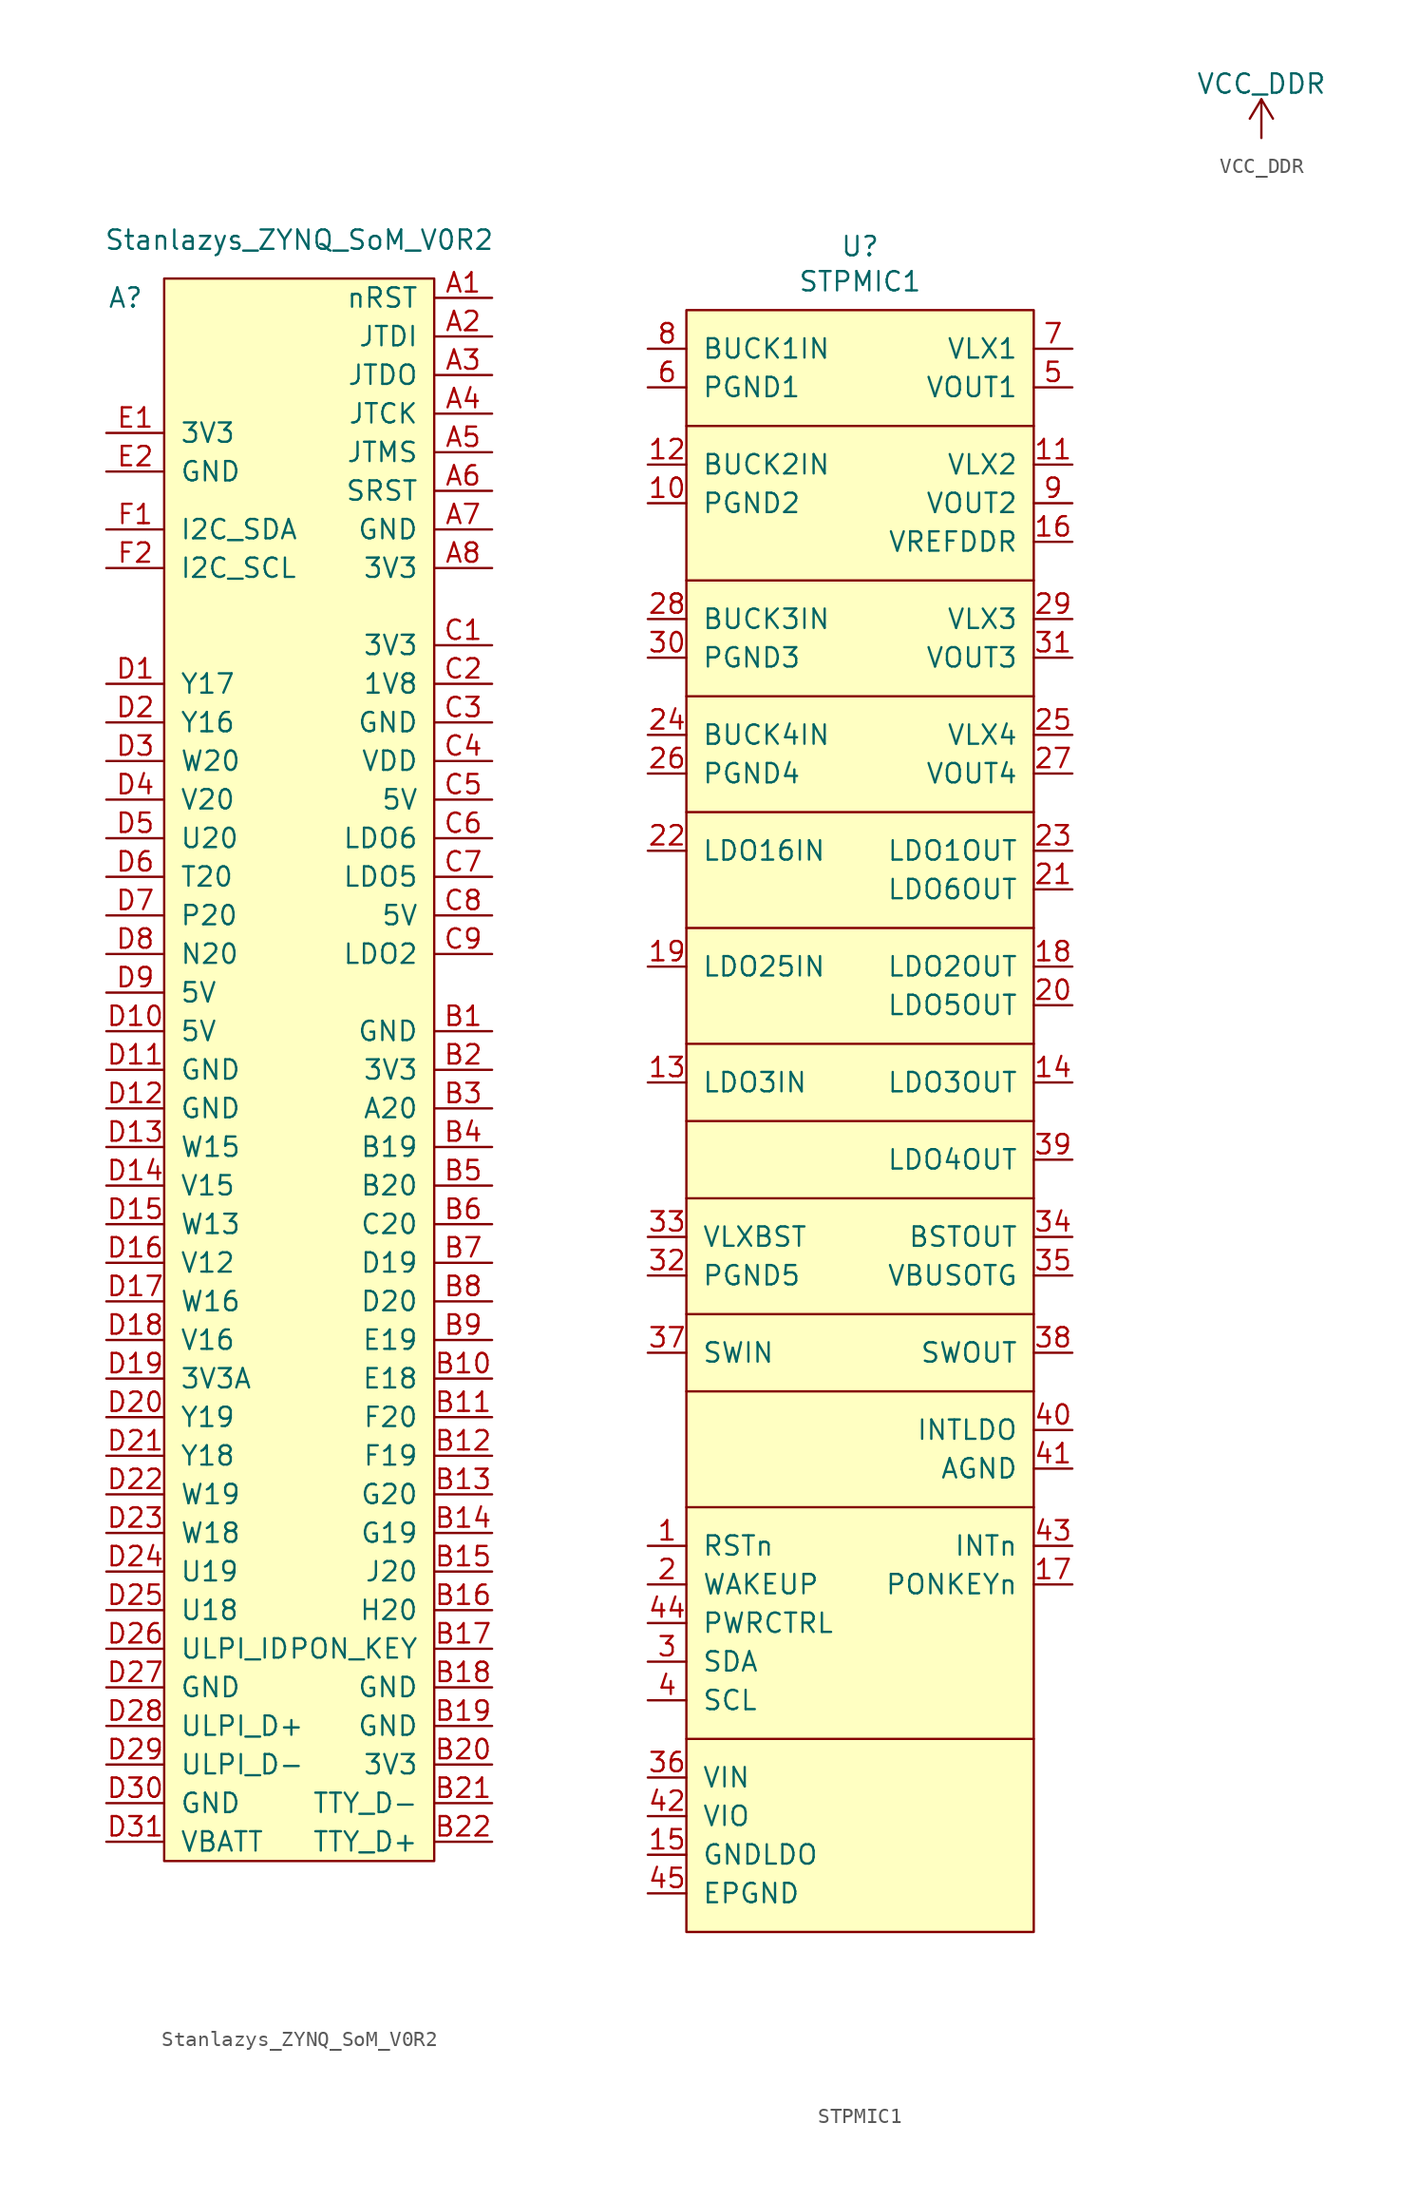
<source format=kicad_sym>
(kicad_symbol_lib
  (version 20211014)
  (generator kicad_symbol_editor)
  (symbol "Stanlazys_ZYNQ_SoM_V0R2"
    (pin_names
      (offset 1.016))
    (property "Reference" "A"
      (at -11.43 50.8 0)
      (effects (font (size 1.27 1.27))))
    (property "Value" "Stanlazys_ZYNQ_SoM_V0R2"
      (at 0 54.61 0)
      (effects (font (size 1.27 1.27))))
    (symbol "Stanlazys_ZYNQ_SoM_V0R2_0_1"
      (rectangle (start 8.89 52.07) (end -8.89 -52.07) (stroke (width 0) (type default) (color 0 0 0 0)) (fill (type background))))
    (symbol "Stanlazys_ZYNQ_SoM_V0R2_1_1"
      (pin bidirectional line (at 12.7 50.8 180) (length 3.81) (name "nRST" (effects (font (size 1.27 1.27)))) (number "A1" (effects (font (size 1.27 1.27)))))
      (pin input line (at 12.7 48.26 180) (length 3.81) (name "JTDI" (effects (font (size 1.27 1.27)))) (number "A2" (effects (font (size 1.27 1.27)))))
      (pin output line (at 12.7 45.72 180) (length 3.81) (name "JTDO" (effects (font (size 1.27 1.27)))) (number "A3" (effects (font (size 1.27 1.27)))))
      (pin bidirectional line (at 12.7 43.18 180) (length 3.81) (name "JTCK" (effects (font (size 1.27 1.27)))) (number "A4" (effects (font (size 1.27 1.27)))))
      (pin bidirectional line (at 12.7 40.64 180) (length 3.81) (name "JTMS" (effects (font (size 1.27 1.27)))) (number "A5" (effects (font (size 1.27 1.27)))))
      (pin input line (at 12.7 38.1 180) (length 3.81) (name "SRST" (effects (font (size 1.27 1.27)))) (number "A6" (effects (font (size 1.27 1.27)))))
      (pin power_in line (at 12.7 35.56 180) (length 3.81) (name "GND" (effects (font (size 1.27 1.27)))) (number "A7" (effects (font (size 1.27 1.27)))))
      (pin power_out line (at 12.7 33.02 180) (length 3.81) (name "3V3" (effects (font (size 1.27 1.27)))) (number "A8" (effects (font (size 1.27 1.27)))))
      (pin power_in line (at 12.7 2.54 180) (length 3.81) (name "GND" (effects (font (size 1.27 1.27)))) (number "B1" (effects (font (size 1.27 1.27)))))
      (pin bidirectional line (at 12.7 -20.32 180) (length 3.81) (name "E18" (effects (font (size 1.27 1.27)))) (number "B10" (effects (font (size 1.27 1.27)))))
      (pin bidirectional line (at 12.7 -22.86 180) (length 3.81) (name "F20" (effects (font (size 1.27 1.27)))) (number "B11" (effects (font (size 1.27 1.27)))))
      (pin bidirectional line (at 12.7 -25.4 180) (length 3.81) (name "F19" (effects (font (size 1.27 1.27)))) (number "B12" (effects (font (size 1.27 1.27)))))
      (pin bidirectional line (at 12.7 -27.94 180) (length 3.81) (name "G20" (effects (font (size 1.27 1.27)))) (number "B13" (effects (font (size 1.27 1.27)))))
      (pin bidirectional line (at 12.7 -30.48 180) (length 3.81) (name "G19" (effects (font (size 1.27 1.27)))) (number "B14" (effects (font (size 1.27 1.27)))))
      (pin bidirectional line (at 12.7 -33.02 180) (length 3.81) (name "J20" (effects (font (size 1.27 1.27)))) (number "B15" (effects (font (size 1.27 1.27)))))
      (pin bidirectional line (at 12.7 -35.56 180) (length 3.81) (name "H20" (effects (font (size 1.27 1.27)))) (number "B16" (effects (font (size 1.27 1.27)))))
      (pin input line (at 12.7 -38.1 180) (length 3.81) (name "PON_KEY" (effects (font (size 1.27 1.27)))) (number "B17" (effects (font (size 1.27 1.27)))))
      (pin power_in line (at 12.7 -40.64 180) (length 3.81) (name "GND" (effects (font (size 1.27 1.27)))) (number "B18" (effects (font (size 1.27 1.27)))))
      (pin power_in line (at 12.7 -43.18 180) (length 3.81) (name "GND" (effects (font (size 1.27 1.27)))) (number "B19" (effects (font (size 1.27 1.27)))))
      (pin power_out line (at 12.7 0 180) (length 3.81) (name "3V3" (effects (font (size 1.27 1.27)))) (number "B2" (effects (font (size 1.27 1.27)))))
      (pin power_out line (at 12.7 -45.72 180) (length 3.81) (name "3V3" (effects (font (size 1.27 1.27)))) (number "B20" (effects (font (size 1.27 1.27)))))
      (pin bidirectional line (at 12.7 -48.26 180) (length 3.81) (name "TTY_D-" (effects (font (size 1.27 1.27)))) (number "B21" (effects (font (size 1.27 1.27)))))
      (pin bidirectional line (at 12.7 -50.8 180) (length 3.81) (name "TTY_D+" (effects (font (size 1.27 1.27)))) (number "B22" (effects (font (size 1.27 1.27)))))
      (pin bidirectional line (at 12.7 -2.54 180) (length 3.81) (name "A20" (effects (font (size 1.27 1.27)))) (number "B3" (effects (font (size 1.27 1.27)))))
      (pin bidirectional line (at 12.7 -5.08 180) (length 3.81) (name "B19" (effects (font (size 1.27 1.27)))) (number "B4" (effects (font (size 1.27 1.27)))))
      (pin bidirectional line (at 12.7 -7.62 180) (length 3.81) (name "B20" (effects (font (size 1.27 1.27)))) (number "B5" (effects (font (size 1.27 1.27)))))
      (pin bidirectional line (at 12.7 -10.16 180) (length 3.81) (name "C20" (effects (font (size 1.27 1.27)))) (number "B6" (effects (font (size 1.27 1.27)))))
      (pin bidirectional line (at 12.7 -12.7 180) (length 3.81) (name "D19" (effects (font (size 1.27 1.27)))) (number "B7" (effects (font (size 1.27 1.27)))))
      (pin bidirectional line (at 12.7 -15.24 180) (length 3.81) (name "D20" (effects (font (size 1.27 1.27)))) (number "B8" (effects (font (size 1.27 1.27)))))
      (pin bidirectional line (at 12.7 -17.78 180) (length 3.81) (name "E19" (effects (font (size 1.27 1.27)))) (number "B9" (effects (font (size 1.27 1.27)))))
      (pin power_out line (at 12.7 27.94 180) (length 3.81) (name "3V3" (effects (font (size 1.27 1.27)))) (number "C1" (effects (font (size 1.27 1.27)))))
      (pin power_out line (at 12.7 25.4 180) (length 3.81) (name "1V8" (effects (font (size 1.27 1.27)))) (number "C2" (effects (font (size 1.27 1.27)))))
      (pin power_in line (at 12.7 22.86 180) (length 3.81) (name "GND" (effects (font (size 1.27 1.27)))) (number "C3" (effects (font (size 1.27 1.27)))))
      (pin power_out line (at 12.7 20.32 180) (length 3.81) (name "VDD" (effects (font (size 1.27 1.27)))) (number "C4" (effects (font (size 1.27 1.27)))))
      (pin power_in line (at 12.7 17.78 180) (length 3.81) (name "5V" (effects (font (size 1.27 1.27)))) (number "C5" (effects (font (size 1.27 1.27)))))
      (pin power_out line (at 12.7 15.24 180) (length 3.81) (name "LDO6" (effects (font (size 1.27 1.27)))) (number "C6" (effects (font (size 1.27 1.27)))))
      (pin power_out line (at 12.7 12.7 180) (length 3.81) (name "LDO5" (effects (font (size 1.27 1.27)))) (number "C7" (effects (font (size 1.27 1.27)))))
      (pin power_in line (at 12.7 10.16 180) (length 3.81) (name "5V" (effects (font (size 1.27 1.27)))) (number "C8" (effects (font (size 1.27 1.27)))))
      (pin power_out line (at 12.7 7.62 180) (length 3.81) (name "LDO2" (effects (font (size 1.27 1.27)))) (number "C9" (effects (font (size 1.27 1.27)))))
      (pin bidirectional line (at -12.7 25.4 0) (length 3.81) (name "Y17" (effects (font (size 1.27 1.27)))) (number "D1" (effects (font (size 1.27 1.27)))))
      (pin power_in line (at -12.7 2.54 0) (length 3.81) (name "5V" (effects (font (size 1.27 1.27)))) (number "D10" (effects (font (size 1.27 1.27)))))
      (pin power_in line (at -12.7 0 0) (length 3.81) (name "GND" (effects (font (size 1.27 1.27)))) (number "D11" (effects (font (size 1.27 1.27)))))
      (pin power_in line (at -12.7 -2.54 0) (length 3.81) (name "GND" (effects (font (size 1.27 1.27)))) (number "D12" (effects (font (size 1.27 1.27)))))
      (pin bidirectional line (at -12.7 -5.08 0) (length 3.81) (name "W15" (effects (font (size 1.27 1.27)))) (number "D13" (effects (font (size 1.27 1.27)))))
      (pin bidirectional line (at -12.7 -7.62 0) (length 3.81) (name "V15" (effects (font (size 1.27 1.27)))) (number "D14" (effects (font (size 1.27 1.27)))))
      (pin bidirectional line (at -12.7 -10.16 0) (length 3.81) (name "W13" (effects (font (size 1.27 1.27)))) (number "D15" (effects (font (size 1.27 1.27)))))
      (pin bidirectional line (at -12.7 -12.7 0) (length 3.81) (name "V12" (effects (font (size 1.27 1.27)))) (number "D16" (effects (font (size 1.27 1.27)))))
      (pin bidirectional line (at -12.7 -15.24 0) (length 3.81) (name "W16" (effects (font (size 1.27 1.27)))) (number "D17" (effects (font (size 1.27 1.27)))))
      (pin bidirectional line (at -12.7 -17.78 0) (length 3.81) (name "V16" (effects (font (size 1.27 1.27)))) (number "D18" (effects (font (size 1.27 1.27)))))
      (pin power_out line (at -12.7 -20.32 0) (length 3.81) (name "3V3A" (effects (font (size 1.27 1.27)))) (number "D19" (effects (font (size 1.27 1.27)))))
      (pin bidirectional line (at -12.7 22.86 0) (length 3.81) (name "Y16" (effects (font (size 1.27 1.27)))) (number "D2" (effects (font (size 1.27 1.27)))))
      (pin bidirectional line (at -12.7 -22.86 0) (length 3.81) (name "Y19" (effects (font (size 1.27 1.27)))) (number "D20" (effects (font (size 1.27 1.27)))))
      (pin bidirectional line (at -12.7 -25.4 0) (length 3.81) (name "Y18" (effects (font (size 1.27 1.27)))) (number "D21" (effects (font (size 1.27 1.27)))))
      (pin bidirectional line (at -12.7 -27.94 0) (length 3.81) (name "W19" (effects (font (size 1.27 1.27)))) (number "D22" (effects (font (size 1.27 1.27)))))
      (pin bidirectional line (at -12.7 -30.48 0) (length 3.81) (name "W18" (effects (font (size 1.27 1.27)))) (number "D23" (effects (font (size 1.27 1.27)))))
      (pin bidirectional line (at -12.7 -33.02 0) (length 3.81) (name "U19" (effects (font (size 1.27 1.27)))) (number "D24" (effects (font (size 1.27 1.27)))))
      (pin bidirectional line (at -12.7 -35.56 0) (length 3.81) (name "U18" (effects (font (size 1.27 1.27)))) (number "D25" (effects (font (size 1.27 1.27)))))
      (pin input line (at -12.7 -38.1 0) (length 3.81) (name "ULPI_ID" (effects (font (size 1.27 1.27)))) (number "D26" (effects (font (size 1.27 1.27)))))
      (pin power_in line (at -12.7 -40.64 0) (length 3.81) (name "GND" (effects (font (size 1.27 1.27)))) (number "D27" (effects (font (size 1.27 1.27)))))
      (pin bidirectional line (at -12.7 -43.18 0) (length 3.81) (name "ULPI_D+" (effects (font (size 1.27 1.27)))) (number "D28" (effects (font (size 1.27 1.27)))))
      (pin bidirectional line (at -12.7 -45.72 0) (length 3.81) (name "ULPI_D-" (effects (font (size 1.27 1.27)))) (number "D29" (effects (font (size 1.27 1.27)))))
      (pin bidirectional line (at -12.7 20.32 0) (length 3.81) (name "W20" (effects (font (size 1.27 1.27)))) (number "D3" (effects (font (size 1.27 1.27)))))
      (pin power_in line (at -12.7 -48.26 0) (length 3.81) (name "GND" (effects (font (size 1.27 1.27)))) (number "D30" (effects (font (size 1.27 1.27)))))
      (pin power_out line (at -12.7 -50.8 0) (length 3.81) (name "VBATT" (effects (font (size 1.27 1.27)))) (number "D31" (effects (font (size 1.27 1.27)))))
      (pin bidirectional line (at -12.7 17.78 0) (length 3.81) (name "V20" (effects (font (size 1.27 1.27)))) (number "D4" (effects (font (size 1.27 1.27)))))
      (pin bidirectional line (at -12.7 15.24 0) (length 3.81) (name "U20" (effects (font (size 1.27 1.27)))) (number "D5" (effects (font (size 1.27 1.27)))))
      (pin bidirectional line (at -12.7 12.7 0) (length 3.81) (name "T20" (effects (font (size 1.27 1.27)))) (number "D6" (effects (font (size 1.27 1.27)))))
      (pin bidirectional line (at -12.7 10.16 0) (length 3.81) (name "P20" (effects (font (size 1.27 1.27)))) (number "D7" (effects (font (size 1.27 1.27)))))
      (pin bidirectional line (at -12.7 7.62 0) (length 3.81) (name "N20" (effects (font (size 1.27 1.27)))) (number "D8" (effects (font (size 1.27 1.27)))))
      (pin power_in line (at -12.7 5.08 0) (length 3.81) (name "5V" (effects (font (size 1.27 1.27)))) (number "D9" (effects (font (size 1.27 1.27)))))
      (pin power_out line (at -12.7 41.91 0) (length 3.81) (name "3V3" (effects (font (size 1.27 1.27)))) (number "E1" (effects (font (size 1.27 1.27)))))
      (pin power_in line (at -12.7 39.37 0) (length 3.81) (name "GND" (effects (font (size 1.27 1.27)))) (number "E2" (effects (font (size 1.27 1.27)))))
      (pin bidirectional line (at -12.7 35.56 0) (length 3.81) (name "I2C_SDA" (effects (font (size 1.27 1.27)))) (number "F1" (effects (font (size 1.27 1.27)))))
      (pin bidirectional line (at -12.7 33.02 0) (length 3.81) (name "I2C_SCL" (effects (font (size 1.27 1.27)))) (number "F2" (effects (font (size 1.27 1.27)))))))
  (symbol "STPMIC1"
    (pin_names
      (offset 1.016))
    (property "Reference" "U"
      (at 0 57.531 0)
      (effects (font (size 1.27 1.27))))
    (property "Value" "STPMIC1"
      (at 0 55.22 0)
      (effects (font (size 1.27 1.27))))
    (symbol "STPMIC1_0_1"
      (rectangle (start -11.43 53.34) (end 11.43 -53.34) (stroke (width 0) (type default) (color 0 0 0 0)) (fill (type background)))
      (polyline (pts (xy -11.43 -40.64) (xy 11.43 -40.64)) (stroke (width 0) (type default) (color 0 0 0 0)) (fill (type none)))
      (polyline (pts (xy -11.43 45.72) (xy 11.43 45.72)) (stroke (width 0) (type default) (color 0 0 0 0)) (fill (type none)))
      (polyline (pts (xy 11.43 -25.4) (xy -11.43 -25.4)) (stroke (width 0) (type default) (color 0 0 0 0)) (fill (type none)))
      (polyline (pts (xy 11.43 -17.78) (xy -11.43 -17.78)) (stroke (width 0) (type default) (color 0 0 0 0)) (fill (type none)))
      (polyline (pts (xy 11.43 -12.7) (xy -11.43 -12.7)) (stroke (width 0) (type default) (color 0 0 0 0)) (fill (type none)))
      (polyline (pts (xy 11.43 -5.08) (xy -11.43 -5.08)) (stroke (width 0) (type default) (color 0 0 0 0)) (fill (type none)))
      (polyline (pts (xy 11.43 0) (xy -11.43 0)) (stroke (width 0) (type default) (color 0 0 0 0)) (fill (type none)))
      (polyline (pts (xy 11.43 5.08) (xy -11.43 5.08)) (stroke (width 0) (type default) (color 0 0 0 0)) (fill (type none)))
      (polyline (pts (xy 11.43 12.7) (xy -11.43 12.7)) (stroke (width 0) (type default) (color 0 0 0 0)) (fill (type none)))
      (polyline (pts (xy 11.43 20.32) (xy -11.43 20.32)) (stroke (width 0) (type default) (color 0 0 0 0)) (fill (type none)))
      (polyline (pts (xy 11.43 27.94) (xy -11.43 27.94)) (stroke (width 0) (type default) (color 0 0 0 0)) (fill (type none)))
      (polyline (pts (xy 11.43 35.56) (xy -11.43 35.56)) (stroke (width 0) (type default) (color 0 0 0 0)) (fill (type none))))
    (symbol "STPMIC1_1_1"
      (pin bidirectional line (at -13.97 -27.94 0) (length 2.54) (name "RSTn" (effects (font (size 1.27 1.27)))) (number "1" (effects (font (size 1.27 1.27)))))
      (pin power_in line (at -13.97 40.64 0) (length 2.54) (name "PGND2" (effects (font (size 1.27 1.27)))) (number "10" (effects (font (size 1.27 1.27)))))
      (pin power_out line (at 13.97 43.18 180) (length 2.54) (name "VLX2" (effects (font (size 1.27 1.27)))) (number "11" (effects (font (size 1.27 1.27)))))
      (pin power_in line (at -13.97 43.18 0) (length 2.54) (name "BUCK2IN" (effects (font (size 1.27 1.27)))) (number "12" (effects (font (size 1.27 1.27)))))
      (pin power_in line (at -13.97 2.54 0) (length 2.54) (name "LDO3IN" (effects (font (size 1.27 1.27)))) (number "13" (effects (font (size 1.27 1.27)))))
      (pin power_out line (at 13.97 2.54 180) (length 2.54) (name "LDO3OUT" (effects (font (size 1.27 1.27)))) (number "14" (effects (font (size 1.27 1.27)))))
      (pin power_in line (at -13.97 -48.26 0) (length 2.54) (name "GNDLDO" (effects (font (size 1.27 1.27)))) (number "15" (effects (font (size 1.27 1.27)))))
      (pin power_out line (at 13.97 38.1 180) (length 2.54) (name "VREFDDR" (effects (font (size 1.27 1.27)))) (number "16" (effects (font (size 1.27 1.27)))))
      (pin input line (at 13.97 -30.48 180) (length 2.54) (name "PONKEYn" (effects (font (size 1.27 1.27)))) (number "17" (effects (font (size 1.27 1.27)))))
      (pin power_out line (at 13.97 10.16 180) (length 2.54) (name "LDO2OUT" (effects (font (size 1.27 1.27)))) (number "18" (effects (font (size 1.27 1.27)))))
      (pin power_in line (at -13.97 10.16 0) (length 2.54) (name "LDO25IN" (effects (font (size 1.27 1.27)))) (number "19" (effects (font (size 1.27 1.27)))))
      (pin input line (at -13.97 -30.48 0) (length 2.54) (name "WAKEUP" (effects (font (size 1.27 1.27)))) (number "2" (effects (font (size 1.27 1.27)))))
      (pin power_out line (at 13.97 7.62 180) (length 2.54) (name "LDO5OUT" (effects (font (size 1.27 1.27)))) (number "20" (effects (font (size 1.27 1.27)))))
      (pin power_out line (at 13.97 15.24 180) (length 2.54) (name "LDO6OUT" (effects (font (size 1.27 1.27)))) (number "21" (effects (font (size 1.27 1.27)))))
      (pin power_in line (at -13.97 17.78 0) (length 2.54) (name "LDO16IN" (effects (font (size 1.27 1.27)))) (number "22" (effects (font (size 1.27 1.27)))))
      (pin power_out line (at 13.97 17.78 180) (length 2.54) (name "LDO1OUT" (effects (font (size 1.27 1.27)))) (number "23" (effects (font (size 1.27 1.27)))))
      (pin power_in line (at -13.97 25.4 0) (length 2.54) (name "BUCK4IN" (effects (font (size 1.27 1.27)))) (number "24" (effects (font (size 1.27 1.27)))))
      (pin power_out line (at 13.97 25.4 180) (length 2.54) (name "VLX4" (effects (font (size 1.27 1.27)))) (number "25" (effects (font (size 1.27 1.27)))))
      (pin power_in line (at -13.97 22.86 0) (length 2.54) (name "PGND4" (effects (font (size 1.27 1.27)))) (number "26" (effects (font (size 1.27 1.27)))))
      (pin input line (at 13.97 22.86 180) (length 2.54) (name "VOUT4" (effects (font (size 1.27 1.27)))) (number "27" (effects (font (size 1.27 1.27)))))
      (pin power_in line (at -13.97 33.02 0) (length 2.54) (name "BUCK3IN" (effects (font (size 1.27 1.27)))) (number "28" (effects (font (size 1.27 1.27)))))
      (pin power_out line (at 13.97 33.02 180) (length 2.54) (name "VLX3" (effects (font (size 1.27 1.27)))) (number "29" (effects (font (size 1.27 1.27)))))
      (pin bidirectional line (at -13.97 -35.56 0) (length 2.54) (name "SDA" (effects (font (size 1.27 1.27)))) (number "3" (effects (font (size 1.27 1.27)))))
      (pin power_in line (at -13.97 30.48 0) (length 2.54) (name "PGND3" (effects (font (size 1.27 1.27)))) (number "30" (effects (font (size 1.27 1.27)))))
      (pin input line (at 13.97 30.48 180) (length 2.54) (name "VOUT3" (effects (font (size 1.27 1.27)))) (number "31" (effects (font (size 1.27 1.27)))))
      (pin power_in line (at -13.97 -10.16 0) (length 2.54) (name "PGND5" (effects (font (size 1.27 1.27)))) (number "32" (effects (font (size 1.27 1.27)))))
      (pin power_in line (at -13.97 -7.62 0) (length 2.54) (name "VLXBST" (effects (font (size 1.27 1.27)))) (number "33" (effects (font (size 1.27 1.27)))))
      (pin power_out line (at 13.97 -7.62 180) (length 2.54) (name "BSTOUT" (effects (font (size 1.27 1.27)))) (number "34" (effects (font (size 1.27 1.27)))))
      (pin power_out line (at 13.97 -10.16 180) (length 2.54) (name "VBUSOTG" (effects (font (size 1.27 1.27)))) (number "35" (effects (font (size 1.27 1.27)))))
      (pin power_in line (at -13.97 -43.18 0) (length 2.54) (name "VIN" (effects (font (size 1.27 1.27)))) (number "36" (effects (font (size 1.27 1.27)))))
      (pin power_in line (at -13.97 -15.24 0) (length 2.54) (name "SWIN" (effects (font (size 1.27 1.27)))) (number "37" (effects (font (size 1.27 1.27)))))
      (pin power_out line (at 13.97 -15.24 180) (length 2.54) (name "SWOUT" (effects (font (size 1.27 1.27)))) (number "38" (effects (font (size 1.27 1.27)))))
      (pin power_out line (at 13.97 -2.54 180) (length 2.54) (name "LDO4OUT" (effects (font (size 1.27 1.27)))) (number "39" (effects (font (size 1.27 1.27)))))
      (pin input line (at -13.97 -38.1 0) (length 2.54) (name "SCL" (effects (font (size 1.27 1.27)))) (number "4" (effects (font (size 1.27 1.27)))))
      (pin power_out line (at 13.97 -20.32 180) (length 2.54) (name "INTLDO" (effects (font (size 1.27 1.27)))) (number "40" (effects (font (size 1.27 1.27)))))
      (pin power_in line (at 13.97 -22.86 180) (length 2.54) (name "AGND" (effects (font (size 1.27 1.27)))) (number "41" (effects (font (size 1.27 1.27)))))
      (pin input line (at -13.97 -45.72 0) (length 2.54) (name "VIO" (effects (font (size 1.27 1.27)))) (number "42" (effects (font (size 1.27 1.27)))))
      (pin output line (at 13.97 -27.94 180) (length 2.54) (name "INTn" (effects (font (size 1.27 1.27)))) (number "43" (effects (font (size 1.27 1.27)))))
      (pin input line (at -13.97 -33.02 0) (length 2.54) (name "PWRCTRL" (effects (font (size 1.27 1.27)))) (number "44" (effects (font (size 1.27 1.27)))))
      (pin power_in line (at -13.97 -50.8 0) (length 2.54) (name "EPGND" (effects (font (size 1.27 1.27)))) (number "45" (effects (font (size 1.27 1.27)))))
      (pin input line (at 13.97 48.26 180) (length 2.54) (name "VOUT1" (effects (font (size 1.27 1.27)))) (number "5" (effects (font (size 1.27 1.27)))))
      (pin power_in line (at -13.97 48.26 0) (length 2.54) (name "PGND1" (effects (font (size 1.27 1.27)))) (number "6" (effects (font (size 1.27 1.27)))))
      (pin power_out line (at 13.97 50.8 180) (length 2.54) (name "VLX1" (effects (font (size 1.27 1.27)))) (number "7" (effects (font (size 1.27 1.27)))))
      (pin power_in line (at -13.97 50.8 0) (length 2.54) (name "BUCK1IN" (effects (font (size 1.27 1.27)))) (number "8" (effects (font (size 1.27 1.27)))))
      (pin input line (at 13.97 40.64 180) (length 2.54) (name "VOUT2" (effects (font (size 1.27 1.27)))) (number "9" (effects (font (size 1.27 1.27)))))))
  (symbol "VCC_DDR"
    (power)
    (pin_names
      (offset 0))
    (property "Reference" "#PWR"
      (at 0 -3.81 0)
      (effects (font (size 1.27 1.27)) hide))
    (property "Value" "VCC_DDR"
      (at 0 3.556 0)
      (effects (font (size 1.27 1.27))))
    (symbol "VCC_DDR_0_1"
      (polyline (pts (xy -0.762 1.27) (xy 0 2.54)) (stroke (width 0) (type default) (color 0 0 0 0)) (fill (type none)))
      (polyline (pts (xy 0 0) (xy 0 2.54)) (stroke (width 0) (type default) (color 0 0 0 0)) (fill (type none)))
      (polyline (pts (xy 0 2.54) (xy 0.762 1.27)) (stroke (width 0) (type default) (color 0 0 0 0)) (fill (type none))))
    (symbol "VCC_DDR_1_1"
      (pin power_in line (at 0 0 90) (length 0) hide (name "VCC_DDR" (effects (font (size 1.27 1.27)))) (number "1" (effects (font (size 1.27 1.27))))))))
</source>
